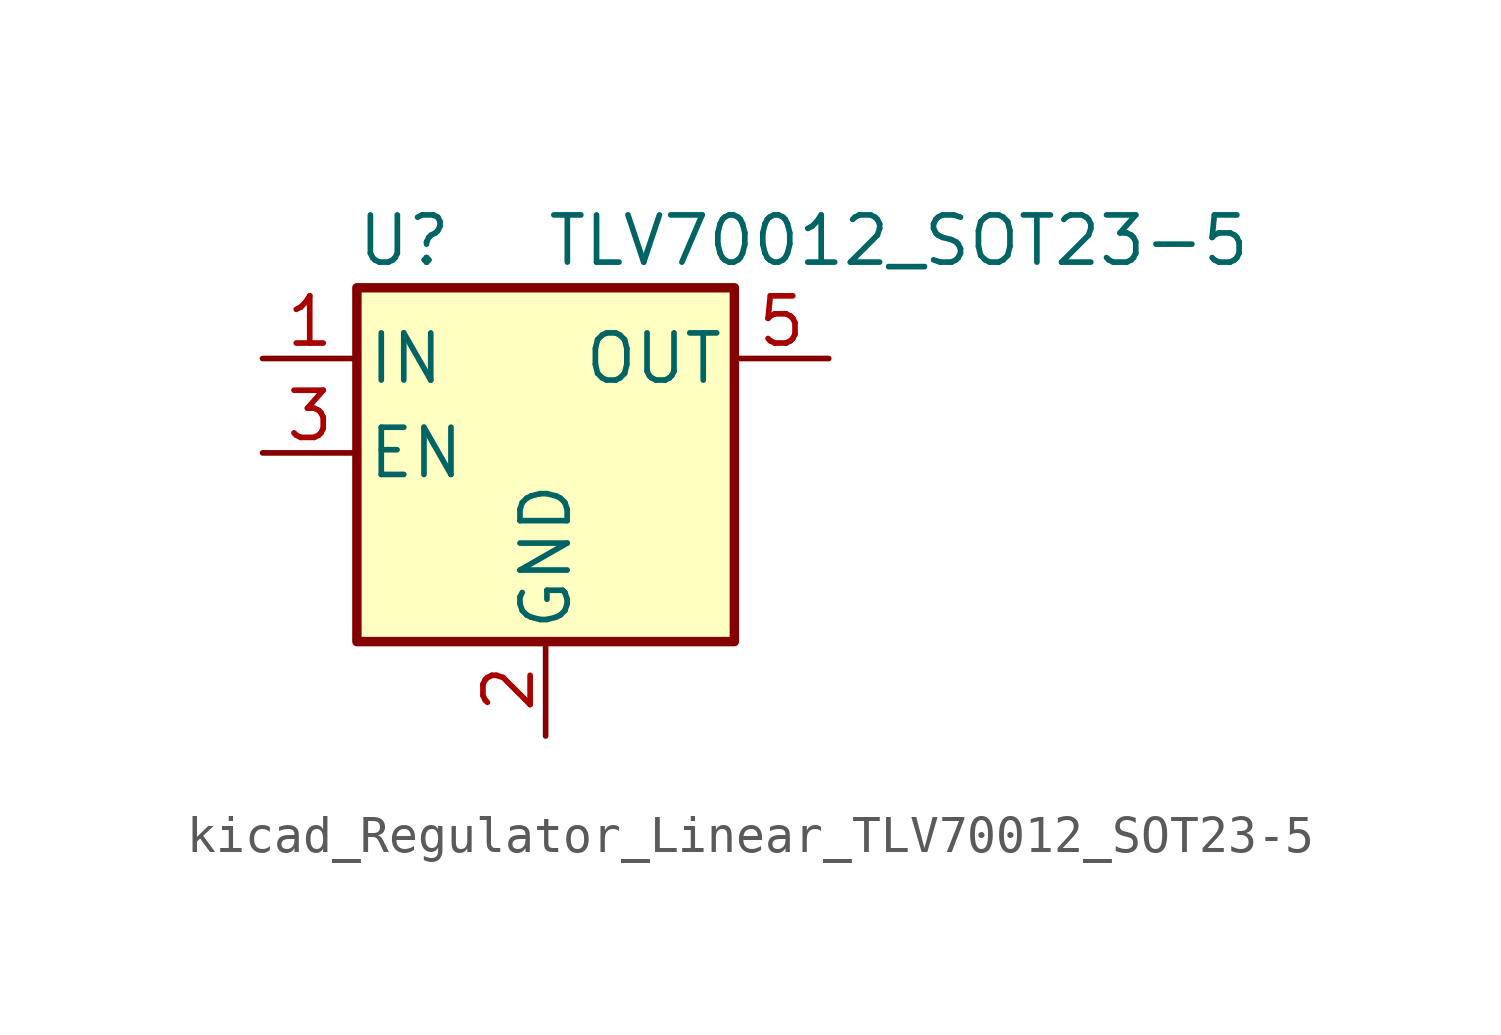
<source format=kicad_sym>
(kicad_symbol_lib
  (version 20220914)
  (generator kicad_symbol_editor)
  (symbol "kicad_Regulator_Linear_TLV70012_SOT23-5"
    (pin_names
      (offset 0.254))
    (property "Reference" "U"
      (at -3.81 5.715 0)
      (effects (font (size 1.27 1.27))))
    (property "Value" "TLV70012_SOT23-5"
      (at 0 5.715 0)
      (effects (font (size 1.27 1.27)) (justify left)))
    (symbol "kicad_Regulator_Linear_TLV70012_SOT23-5_0_1"
      (rectangle (start -5.08 4.445) (end 5.08 -5.08) (stroke (width 0.254) (type default)) (fill (type background))))
    (symbol "kicad_Regulator_Linear_TLV70012_SOT23-5_1_1"
      (pin power_in line (at -7.62 2.54 0) (length 2.54) (name "IN" (effects (font (size 1.27 1.27)))) (number "1" (effects (font (size 1.27 1.27)))))
      (pin power_in line (at 0 -7.62 90) (length 2.54) (name "GND" (effects (font (size 1.27 1.27)))) (number "2" (effects (font (size 1.27 1.27)))))
      (pin input line (at -7.62 0 0) (length 2.54) (name "EN" (effects (font (size 1.27 1.27)))) (number "3" (effects (font (size 1.27 1.27)))))
      (pin no_connect line (at 5.08 0 180) (length 2.54) hide (name "NC" (effects (font (size 1.27 1.27)))) (number "4" (effects (font (size 1.27 1.27)))))
      (pin power_out line (at 7.62 2.54 180) (length 2.54) (name "OUT" (effects (font (size 1.27 1.27)))) (number "5" (effects (font (size 1.27 1.27))))))))
</source>
